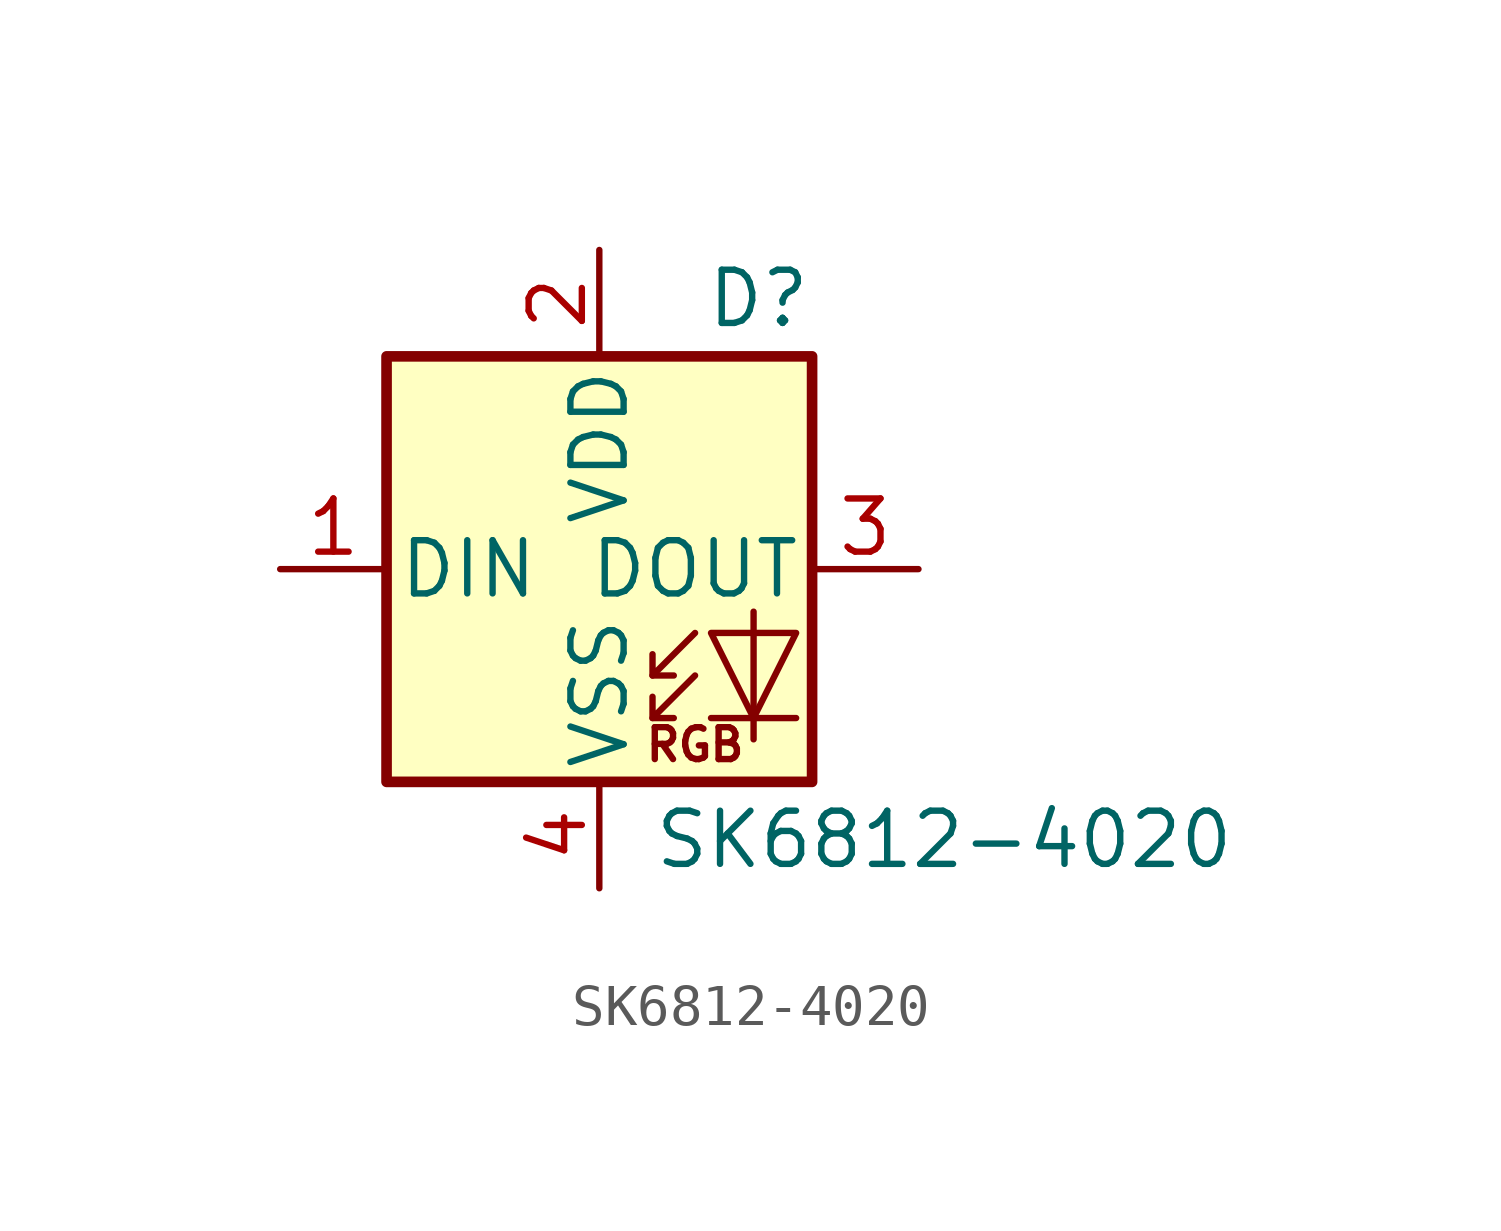
<source format=kicad_sym>
(kicad_symbol_lib
  (version 20211014)
  (generator kicad_symbol_editor)
  (symbol "SK6812-4020"
    (pin_names
      (offset 0.254))
    (property "Reference" "D"
      (at 5.08 5.715 0)
      (effects (font (size 1.27 1.27)) (justify right bottom)))
    (property "Value" "SK6812-4020"
      (at 1.27 -5.715 0)
      (effects (font (size 1.27 1.27)) (justify left top)))
    (symbol "SK6812-4020_0_0"
      (text "RGB" (at 2.286 -4.191 0) (effects (font (size 0.762 0.762)))))
    (symbol "SK6812-4020_0_1"
      (polyline (pts (xy 1.27 -3.556) (xy 1.778 -3.556)) (stroke (width 0) (type default) (color 0 0 0 0)) (fill (type none)))
      (polyline (pts (xy 1.27 -2.54) (xy 1.778 -2.54)) (stroke (width 0) (type default) (color 0 0 0 0)) (fill (type none)))
      (polyline (pts (xy 4.699 -3.556) (xy 2.667 -3.556)) (stroke (width 0) (type default) (color 0 0 0 0)) (fill (type none)))
      (polyline (pts (xy 2.286 -2.54) (xy 1.27 -3.556) (xy 1.27 -3.048)) (stroke (width 0) (type default) (color 0 0 0 0)) (fill (type none)))
      (polyline (pts (xy 2.286 -1.524) (xy 1.27 -2.54) (xy 1.27 -2.032)) (stroke (width 0) (type default) (color 0 0 0 0)) (fill (type none)))
      (polyline (pts (xy 3.683 -1.016) (xy 3.683 -3.556) (xy 3.683 -4.064)) (stroke (width 0) (type default) (color 0 0 0 0)) (fill (type none)))
      (polyline (pts (xy 4.699 -1.524) (xy 2.667 -1.524) (xy 3.683 -3.556) (xy 4.699 -1.524)) (stroke (width 0) (type default) (color 0 0 0 0)) (fill (type none)))
      (rectangle (start 5.08 5.08) (end -5.08 -5.08) (stroke (width 0.254) (type default) (color 0 0 0 0)) (fill (type background))))
    (symbol "SK6812-4020_1_1"
      (pin input line (at -7.62 0 0) (length 2.54) (name "DIN" (effects (font (size 1.27 1.27)))) (number "1" (effects (font (size 1.27 1.27)))))
      (pin power_in line (at 0 7.62 270) (length 2.54) (name "VDD" (effects (font (size 1.27 1.27)))) (number "2" (effects (font (size 1.27 1.27)))))
      (pin output line (at 7.62 0 180) (length 2.54) (name "DOUT" (effects (font (size 1.27 1.27)))) (number "3" (effects (font (size 1.27 1.27)))))
      (pin power_in line (at 0 -7.62 90) (length 2.54) (name "VSS" (effects (font (size 1.27 1.27)))) (number "4" (effects (font (size 1.27 1.27))))))))
</source>
